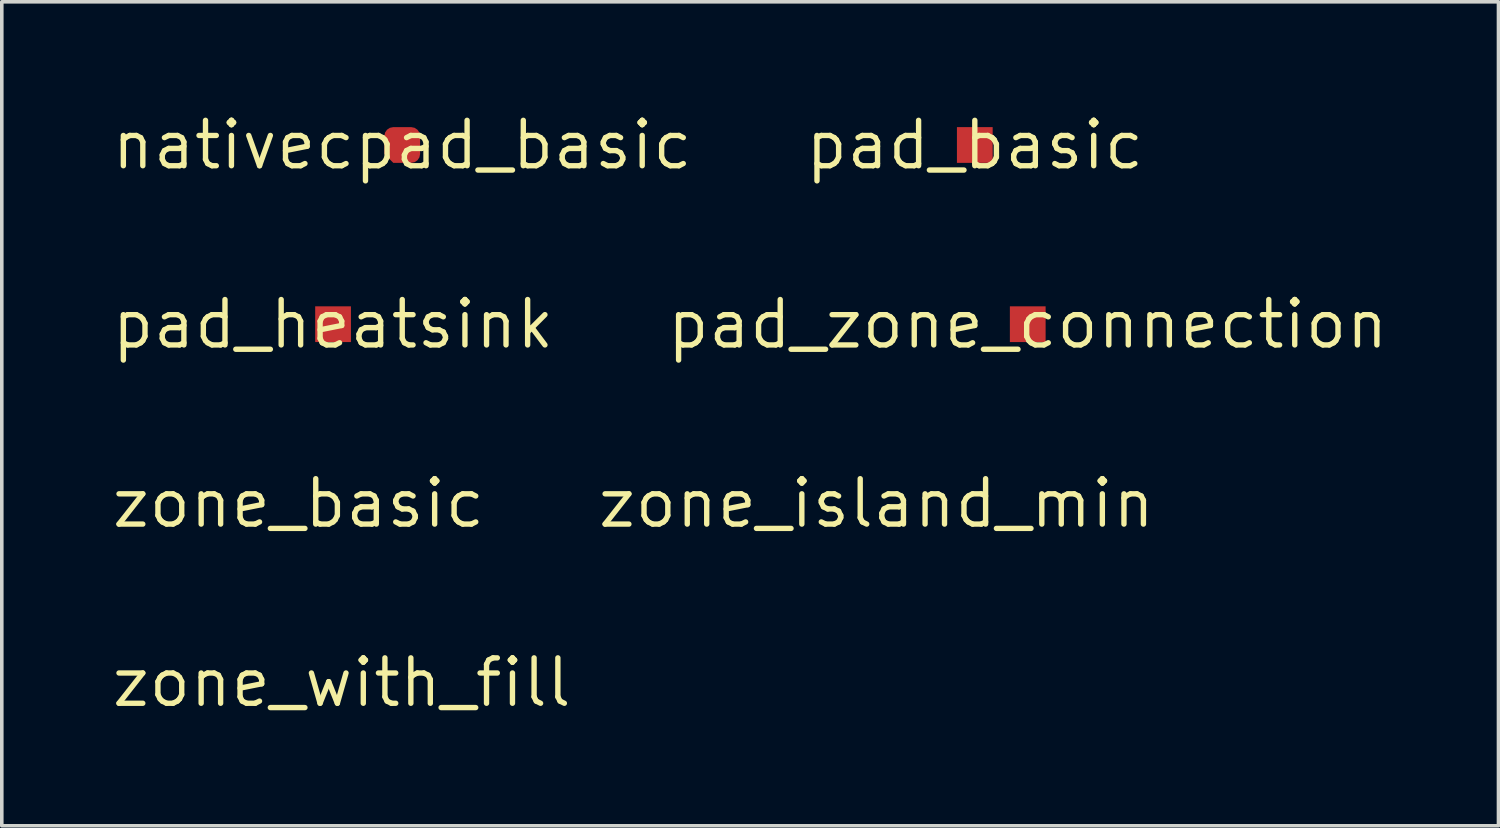
<source format=kicad_pcb>
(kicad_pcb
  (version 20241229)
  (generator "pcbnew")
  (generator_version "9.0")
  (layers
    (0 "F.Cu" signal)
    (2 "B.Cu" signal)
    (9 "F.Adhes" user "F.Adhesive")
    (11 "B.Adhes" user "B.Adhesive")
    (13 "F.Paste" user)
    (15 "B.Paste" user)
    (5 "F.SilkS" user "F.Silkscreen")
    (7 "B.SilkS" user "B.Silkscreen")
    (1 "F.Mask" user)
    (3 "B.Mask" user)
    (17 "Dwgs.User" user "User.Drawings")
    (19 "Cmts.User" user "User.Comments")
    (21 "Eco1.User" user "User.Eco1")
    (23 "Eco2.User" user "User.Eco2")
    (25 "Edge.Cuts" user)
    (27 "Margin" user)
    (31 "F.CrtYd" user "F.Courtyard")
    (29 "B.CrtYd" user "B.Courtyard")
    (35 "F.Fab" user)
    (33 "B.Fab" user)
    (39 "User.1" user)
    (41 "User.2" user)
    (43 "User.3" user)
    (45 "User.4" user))
  (footprint "pad_zone_connection"
    (layer "F.Cu")
    (at 25.7 6.019)
    (property "Reference" "pad_zone_connection" (at 0 0 0) (layer "F.SilkS") (effects (font (size 1.27 1.27) (thickness 0.15))))
    (attr smd)
    (pad "42" smd rect (at 0 0) (size 1 1) (layers "F.Cu")))
  (footprint "zone_with_fill"
    (layer "F.Cu")
    (at 6.508 16.043)
    (property "Reference" "zone_with_fill" (at 0 0 0) (layer "F.SilkS") (effects (font (size 1.27 1.27) (thickness 0.15))))
    (zone (net_name "") (layer "F.Cu") (hatch edge 0.5) (connect_pads) (min_thickness 0.25) (filled_areas_thickness no) (fill yes (smoothing fillet)) (polygon (pts (xy 6.508 16.043) (xy 6.508 17.043) (xy 7.508 17.043) (xy 7.508 16.043)))))
  (footprint "zone_island_min"
    (layer "F.Cu")
    (at 21.467 11.031)
    (property "Reference" "zone_island_min" (at 0 0 0) (layer "F.SilkS") (effects (font (size 1.27 1.27) (thickness 0.15))))
    (zone (net_name "") (layer "F.Cu") (hatch edge 0.5) (connect_pads) (min_thickness 0.25) (filled_areas_thickness no) (fill yes (island_removal_mode 2) (island_area_min 0.1)) (polygon (pts (xy 21.467 11.031) (xy 21.467 12.031) (xy 22.467 12.031) (xy 22.467 11.031)))))
  (footprint "nativecpad_basic"
    (layer "F.Cu")
    (at 8.202 1.006)
    (property "Reference" "nativecpad_basic" (at 0 0 0) (layer "F.SilkS") (effects (font (size 1.27 1.27) (thickness 0.15))))
    (attr smd)
    (pad "42" smd roundrect (at 0 0) (size 1 1) (layers "F.Cu") (roundrect_rratio 0.25) (chamfer_ratio 0.25) (chamfer bottom_left)))
  (footprint "pad_basic"
    (layer "F.Cu")
    (at 24.219 1.006)
    (property "Reference" "pad_basic" (at 0 0 0) (layer "F.SilkS") (effects (font (size 1.27 1.27) (thickness 0.15))))
    (attr smd)
    (pad "42" smd rect (at 0 0) (size 1 1) (layers "F.Cu")))
  (footprint "zone_basic"
    (layer "F.Cu")
    (at 5.299 11.031)
    (property "Reference" "zone_basic" (at 0 0 0) (layer "F.SilkS") (effects (font (size 1.27 1.27) (thickness 0.15))))
    (zone (net_name "") (layer "F.Cu") (hatch edge 0.5) (priority 1) (connect_pads) (min_thickness 0.25) (filled_areas_thickness no) (keepout (tracks allowed) (vias not_allowed) (pads allowed) (copperpour allowed) (footprints allowed)) (placement (enabled no)) (fill) (polygon (pts (xy 5.299 11.031) (xy 5.299 12.031) (xy 6.299 12.031) (xy 6.299 11.031)))))
  (footprint "pad_heatsink"
    (layer "F.Cu")
    (at 6.267 6.019)
    (property "Reference" "pad_heatsink" (at 0 0 0) (layer "F.SilkS") (effects (font (size 1.27 1.27) (thickness 0.15))))
    (attr smd)
    (pad "42" smd rect (at 0 0) (size 1 1) (property pad_prop_heatsink) (layers "F.Cu")))
  (gr_rect
    (start -3 -3)
    (end 38.868 20.05)
    (stroke (width 0.1) (type default))
    (fill no)
    (layer "Edge.Cuts")))
</source>
